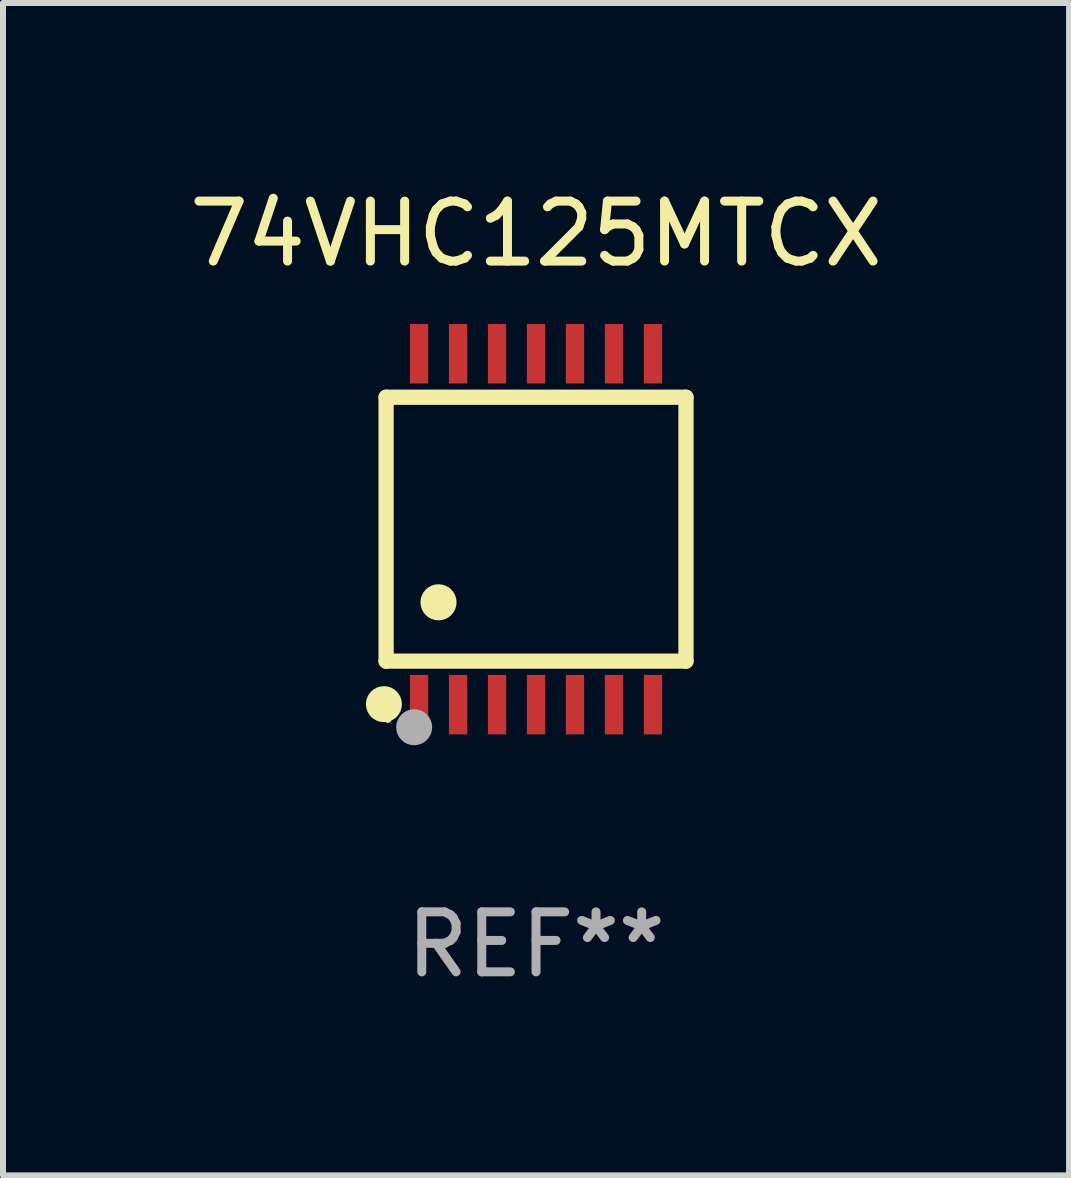
<source format=kicad_pcb>
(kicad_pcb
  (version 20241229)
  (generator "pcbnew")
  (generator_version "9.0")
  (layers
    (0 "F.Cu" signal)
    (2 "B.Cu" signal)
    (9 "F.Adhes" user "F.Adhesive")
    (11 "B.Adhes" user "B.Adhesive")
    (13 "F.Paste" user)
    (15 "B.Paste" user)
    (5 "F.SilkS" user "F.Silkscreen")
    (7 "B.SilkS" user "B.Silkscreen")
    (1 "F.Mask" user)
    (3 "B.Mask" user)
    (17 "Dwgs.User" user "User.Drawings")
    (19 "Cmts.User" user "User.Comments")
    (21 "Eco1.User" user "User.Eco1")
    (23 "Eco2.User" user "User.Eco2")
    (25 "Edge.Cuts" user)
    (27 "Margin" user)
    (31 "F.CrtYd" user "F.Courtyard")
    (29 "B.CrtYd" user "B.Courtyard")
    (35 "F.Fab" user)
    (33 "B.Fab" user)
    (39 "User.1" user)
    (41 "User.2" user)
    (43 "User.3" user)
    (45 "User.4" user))
  (footprint "74VHC125MTCX"
    (layer "F.Cu")
    (at 5.887 5.773)
    (property "Reference" "74VHC125MTCX" (at 0 -4.925 0) (layer "F.SilkS") (effects (font (size 1 1) (thickness 0.15))))
    (attr through_hole)
    (fp_line (start -2.5 2.2) (end -2.5 -2.2) (stroke (width 0.254) (type solid)) (layer "F.SilkS"))
    (fp_line (start -2.5 2.2) (end 2.5 2.2) (stroke (width 0.254) (type solid)) (layer "F.SilkS"))
    (fp_line (start 2.5 -2.2) (end -2.5 -2.2) (stroke (width 0.254) (type solid)) (layer "F.SilkS"))
    (fp_line (start 2.5 -2.2) (end 2.5 2.2) (stroke (width 0.254) (type solid)) (layer "F.SilkS"))
    (fp_circle (center -2.536 2.917) (end -2.386 2.917) (stroke (width 0.3) (type solid)) (fill no) (layer "F.SilkS"))
    (fp_circle (center -2.47 3.17) (end -2.44 3.17) (stroke (width 0.06) (type solid)) (fill no) (layer "F.SilkS"))
    (fp_circle (center -1.626 1.219) (end -1.475 1.219) (stroke (width 0.3) (type solid)) (fill no) (layer "F.SilkS"))
    (fp_circle (center -2.032 3.302) (end -1.882 3.302) (stroke (width 0.3) (type solid)) (fill no) (layer "F.Fab"))
    (fp_text user "REF**" (at 0 6.925 0) (layer "F.Fab") (effects (font (size 1 1) (thickness 0.15))))
    (pad "1" smd rect (at -1.95 2.925) (size 0.305 0.991) (layers "F.Cu" "F.Mask" "F.Paste"))
    (pad "2" smd rect (at -1.3 2.925) (size 0.305 0.991) (layers "F.Cu" "F.Mask" "F.Paste"))
    (pad "3" smd rect (at -0.65 2.925) (size 0.305 0.991) (layers "F.Cu" "F.Mask" "F.Paste"))
    (pad "4" smd rect (at 0 2.925) (size 0.305 0.991) (layers "F.Cu" "F.Mask" "F.Paste"))
    (pad "5" smd rect (at 0.65 2.925) (size 0.305 0.991) (layers "F.Cu" "F.Mask" "F.Paste"))
    (pad "6" smd rect (at 1.3 2.925) (size 0.305 0.991) (layers "F.Cu" "F.Mask" "F.Paste"))
    (pad "7" smd rect (at 1.95 2.925) (size 0.305 0.991) (layers "F.Cu" "F.Mask" "F.Paste"))
    (pad "8" smd rect (at 1.95 -2.925) (size 0.305 0.991) (layers "F.Cu" "F.Mask" "F.Paste"))
    (pad "9" smd rect (at 1.3 -2.925) (size 0.305 0.991) (layers "F.Cu" "F.Mask" "F.Paste"))
    (pad "10" smd rect (at 0.65 -2.925) (size 0.305 0.991) (layers "F.Cu" "F.Mask" "F.Paste"))
    (pad "11" smd rect (at 0 -2.925) (size 0.305 0.991) (layers "F.Cu" "F.Mask" "F.Paste"))
    (pad "12" smd rect (at -0.65 -2.925) (size 0.305 0.991) (layers "F.Cu" "F.Mask" "F.Paste"))
    (pad "13" smd rect (at -1.3 -2.925) (size 0.305 0.991) (layers "F.Cu" "F.Mask" "F.Paste"))
    (pad "14" smd rect (at -1.95 -2.925) (size 0.305 0.991) (layers "F.Cu" "F.Mask" "F.Paste")))
  (gr_rect
    (start -3 -3)
    (end 14.774 16.547)
    (stroke (width 0.1) (type default))
    (fill no)
    (layer "Edge.Cuts")))
</source>
